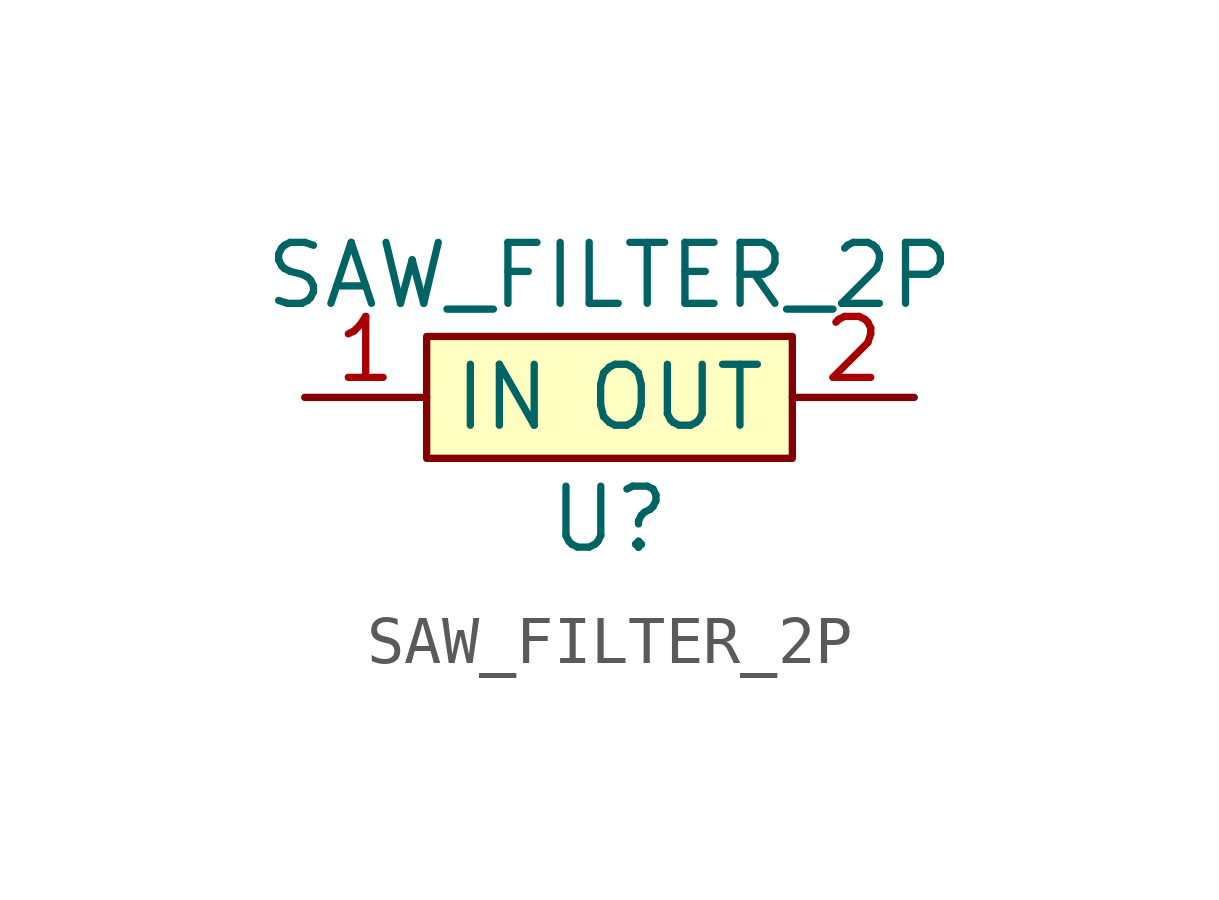
<source format=kicad_sym>
(kicad_symbol_lib
  (version 20211014)
  (generator kicad_symbol_editor)
  (symbol "SAW_FILTER_2P"
    (property "Reference" "U"
      (at 0 -2.54 0)
      (effects (font (size 1.27 1.27))))
    (property "Value" "SAW_FILTER_2P"
      (at 0 2.54 0)
      (effects (font (size 1.27 1.27))))
    (symbol "SAW_FILTER_2P_0_1"
      (rectangle (start -3.81 1.27) (end 3.81 -1.27) (stroke (width 0.152) (type default) (color 0 0 0 0)) (fill (type background))))
    (symbol "SAW_FILTER_2P_1_1"
      (pin bidirectional line (at -6.35 0 0) (length 2.54) (name "IN" (effects (font (size 1.27 1.27)))) (number "1" (effects (font (size 1.27 1.27)))))
      (pin bidirectional line (at 6.35 0 180) (length 2.54) (name "OUT" (effects (font (size 1.27 1.27)))) (number "2" (effects (font (size 1.27 1.27))))))))
</source>
